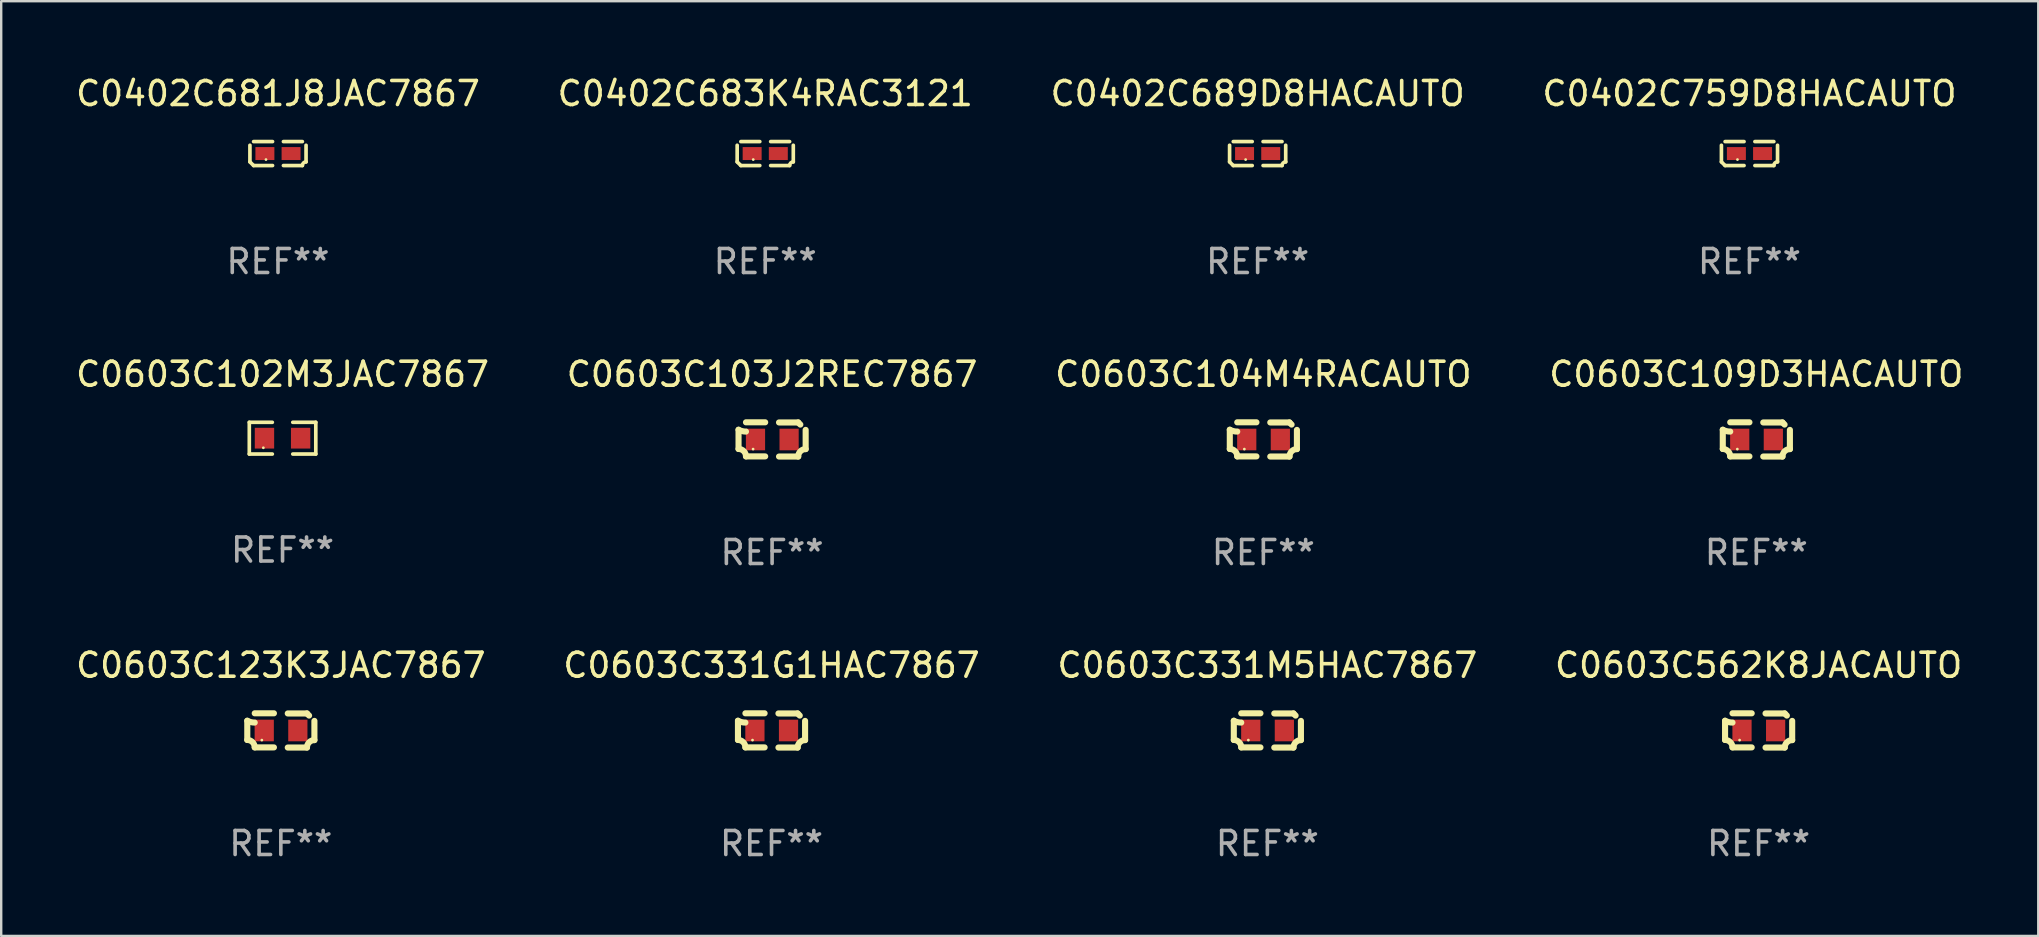
<source format=kicad_pcb>
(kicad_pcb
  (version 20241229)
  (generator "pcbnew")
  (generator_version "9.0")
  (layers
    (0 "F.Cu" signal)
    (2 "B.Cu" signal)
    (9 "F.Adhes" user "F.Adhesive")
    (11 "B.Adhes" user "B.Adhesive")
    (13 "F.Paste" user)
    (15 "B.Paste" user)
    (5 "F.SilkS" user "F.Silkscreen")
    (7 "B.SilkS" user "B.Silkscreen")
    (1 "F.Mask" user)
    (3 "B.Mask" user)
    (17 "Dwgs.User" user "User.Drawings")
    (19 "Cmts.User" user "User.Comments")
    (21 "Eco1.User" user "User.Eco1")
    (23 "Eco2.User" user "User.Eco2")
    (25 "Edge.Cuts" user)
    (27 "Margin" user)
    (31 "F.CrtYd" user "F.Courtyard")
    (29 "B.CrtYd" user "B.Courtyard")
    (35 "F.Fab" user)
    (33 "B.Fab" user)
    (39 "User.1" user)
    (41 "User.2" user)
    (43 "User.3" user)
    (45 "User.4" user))
  (footprint "C0603C331M5HAC7867"
    (layer "F.Cu")
    (at 49.744 27.377)
    (property "Reference" "C0603C331M5HAC7867" (at 0 -2.713 0) (layer "F.SilkS") (effects (font (size 1 1) (thickness 0.15))))
    (attr through_hole)
    (fp_line (start -1.398 -0.403) (end -1.398 0.397) (stroke (width 0.254) (type solid)) (layer "F.SilkS"))
    (fp_line (start -0.288 -0.713) (end -1.088 -0.713) (stroke (width 0.254) (type solid)) (layer "F.SilkS"))
    (fp_line (start -0.288 0.707) (end -1.088 0.707) (stroke (width 0.254) (type solid)) (layer "F.SilkS"))
    (fp_line (start 0.288 -0.707) (end 1.088 -0.707) (stroke (width 0.254) (type solid)) (layer "F.SilkS"))
    (fp_line (start 0.288 0.713) (end 1.088 0.713) (stroke (width 0.254) (type solid)) (layer "F.SilkS"))
    (fp_line (start 1.398 -0.397) (end 1.398 0.403) (stroke (width 0.254) (type solid)) (layer "F.SilkS"))
    (fp_arc (start -1.397789 0.397066) (mid -1.178701 0.487826) (end -1.08796 0.706922) (stroke (width 0.254001) (type solid)) (layer "F.SilkS"))
    (fp_arc (start -1.08796 -0.327176) (mid -1.247436 -0.346384) (end -1.39779 -0.402908) (stroke (width 0.254001) (type solid)) (layer "F.SilkS"))
    (fp_arc (start 1.087909 0.712738) (mid 1.178656 0.493655) (end 1.397739 0.402908) (stroke (width 0.254001) (type solid)) (layer "F.SilkS"))
    (fp_arc (start 1.175925 -0.618926) (mid 1.131917 -0.662923) (end 1.08791 -0.706922) (stroke (width 0.254001) (type solid)) (layer "F.SilkS"))
    (fp_circle (center -0.792 0.403) (end -0.762 0.403) (stroke (width 0.06) (type solid)) (fill no) (layer "F.SilkS"))
    (fp_text user "REF**" (at 0 4.713 0) (layer "F.Fab") (effects (font (size 1 1) (thickness 0.15))))
    (pad "1" smd rect (at -0.692 0.003) (size 0.8 0.9) (layers "F.Cu" "F.Mask" "F.Paste"))
    (pad "2" smd rect (at 0.708 0.003) (size 0.8 0.9) (layers "F.Cu" "F.Mask" "F.Paste")))
  (footprint "C0603C103J2REC7867"
    (layer "F.Cu")
    (at 29.113 15.255)
    (property "Reference" "C0603C103J2REC7867" (at 0 -2.713 0) (layer "F.SilkS") (effects (font (size 1 1) (thickness 0.15))))
    (attr through_hole)
    (fp_line (start -1.398 -0.403) (end -1.398 0.397) (stroke (width 0.254) (type solid)) (layer "F.SilkS"))
    (fp_line (start -0.288 -0.713) (end -1.088 -0.713) (stroke (width 0.254) (type solid)) (layer "F.SilkS"))
    (fp_line (start -0.288 0.707) (end -1.088 0.707) (stroke (width 0.254) (type solid)) (layer "F.SilkS"))
    (fp_line (start 0.288 -0.707) (end 1.088 -0.707) (stroke (width 0.254) (type solid)) (layer "F.SilkS"))
    (fp_line (start 0.288 0.713) (end 1.088 0.713) (stroke (width 0.254) (type solid)) (layer "F.SilkS"))
    (fp_line (start 1.398 -0.397) (end 1.398 0.403) (stroke (width 0.254) (type solid)) (layer "F.SilkS"))
    (fp_arc (start -1.397789 0.397066) (mid -1.178701 0.487826) (end -1.08796 0.706922) (stroke (width 0.254001) (type solid)) (layer "F.SilkS"))
    (fp_arc (start -1.08796 -0.327176) (mid -1.247436 -0.346384) (end -1.39779 -0.402908) (stroke (width 0.254001) (type solid)) (layer "F.SilkS"))
    (fp_arc (start 1.087909 0.712738) (mid 1.178656 0.493655) (end 1.397739 0.402908) (stroke (width 0.254001) (type solid)) (layer "F.SilkS"))
    (fp_arc (start 1.175925 -0.618926) (mid 1.131917 -0.662923) (end 1.08791 -0.706922) (stroke (width 0.254001) (type solid)) (layer "F.SilkS"))
    (fp_circle (center -0.792 0.403) (end -0.762 0.403) (stroke (width 0.06) (type solid)) (fill no) (layer "F.SilkS"))
    (fp_text user "REF**" (at 0 4.713 0) (layer "F.Fab") (effects (font (size 1 1) (thickness 0.15))))
    (pad "1" smd rect (at -0.692 0.003) (size 0.8 0.9) (layers "F.Cu" "F.Mask" "F.Paste"))
    (pad "2" smd rect (at 0.708 0.003) (size 0.8 0.9) (layers "F.Cu" "F.Mask" "F.Paste")))
  (footprint "C0603C104M4RACAUTO"
    (layer "F.Cu")
    (at 49.577 15.255)
    (property "Reference" "C0603C104M4RACAUTO" (at 0 -2.713 0) (layer "F.SilkS") (effects (font (size 1 1) (thickness 0.15))))
    (attr through_hole)
    (fp_line (start -1.398 -0.403) (end -1.398 0.397) (stroke (width 0.254) (type solid)) (layer "F.SilkS"))
    (fp_line (start -0.288 -0.713) (end -1.088 -0.713) (stroke (width 0.254) (type solid)) (layer "F.SilkS"))
    (fp_line (start -0.288 0.707) (end -1.088 0.707) (stroke (width 0.254) (type solid)) (layer "F.SilkS"))
    (fp_line (start 0.288 -0.707) (end 1.088 -0.707) (stroke (width 0.254) (type solid)) (layer "F.SilkS"))
    (fp_line (start 0.288 0.713) (end 1.088 0.713) (stroke (width 0.254) (type solid)) (layer "F.SilkS"))
    (fp_line (start 1.398 -0.397) (end 1.398 0.403) (stroke (width 0.254) (type solid)) (layer "F.SilkS"))
    (fp_arc (start -1.397789 0.397066) (mid -1.178701 0.487826) (end -1.08796 0.706922) (stroke (width 0.254001) (type solid)) (layer "F.SilkS"))
    (fp_arc (start -1.08796 -0.327176) (mid -1.247436 -0.346384) (end -1.39779 -0.402908) (stroke (width 0.254001) (type solid)) (layer "F.SilkS"))
    (fp_arc (start 1.087909 0.712738) (mid 1.178656 0.493655) (end 1.397739 0.402908) (stroke (width 0.254001) (type solid)) (layer "F.SilkS"))
    (fp_arc (start 1.175925 -0.618926) (mid 1.131917 -0.662923) (end 1.08791 -0.706922) (stroke (width 0.254001) (type solid)) (layer "F.SilkS"))
    (fp_circle (center -0.792 0.403) (end -0.762 0.403) (stroke (width 0.06) (type solid)) (fill no) (layer "F.SilkS"))
    (fp_text user "REF**" (at 0 4.713 0) (layer "F.Fab") (effects (font (size 1 1) (thickness 0.15))))
    (pad "1" smd rect (at -0.692 0.003) (size 0.8 0.9) (layers "F.Cu" "F.Mask" "F.Paste"))
    (pad "2" smd rect (at 0.708 0.003) (size 0.8 0.9) (layers "F.Cu" "F.Mask" "F.Paste")))
  (footprint "C0402C759D8HACAUTO"
    (layer "F.Cu")
    (at 69.827 3.347)
    (property "Reference" "C0402C759D8HACAUTO" (at 0 -2.499 0) (layer "F.SilkS") (effects (font (size 1 1) (thickness 0.15))))
    (attr through_hole)
    (fp_line (start -1.169 0.346) (end -1.169 -0.346) (stroke (width 0.152) (type solid)) (layer "F.SilkS"))
    (fp_line (start -1.016 -0.499) (end -0.226 -0.499) (stroke (width 0.152) (type solid)) (layer "F.SilkS"))
    (fp_line (start -0.226 0.499) (end -1.016 0.499) (stroke (width 0.152) (type solid)) (layer "F.SilkS"))
    (fp_line (start 0.226 0.499) (end 1.016 0.499) (stroke (width 0.152) (type solid)) (layer "F.SilkS"))
    (fp_line (start 1.016 -0.499) (end 0.226 -0.499) (stroke (width 0.152) (type solid)) (layer "F.SilkS"))
    (fp_line (start 1.169 0.346) (end 1.169 -0.346) (stroke (width 0.152) (type solid)) (layer "F.SilkS"))
    (fp_arc (start -1.016307 0.498603) (mid -1.092512 0.422405) (end -1.16871 0.3462) (stroke (width 0.1524) (type solid)) (layer "F.SilkS"))
    (fp_arc (start 1.016307 0.498603) (mid 1.060899 0.390758) (end 1.168707 0.346076) (stroke (width 0.1524) (type solid)) (layer "F.SilkS"))
    (fp_circle (center -0.5 0.25) (end -0.47 0.25) (stroke (width 0.06) (type solid)) (fill no) (layer "F.SilkS"))
    (fp_text user "REF**" (at 0 4.499 0) (layer "F.Fab") (effects (font (size 1 1) (thickness 0.15))))
    (pad "1" smd rect (at -0.545 0) (size 0.79 0.54) (layers "F.Cu" "F.Mask" "F.Paste"))
    (pad "2" smd rect (at 0.545 0) (size 0.79 0.54) (layers "F.Cu" "F.Mask" "F.Paste")))
  (footprint "C0402C681J8JAC7867"
    (layer "F.Cu")
    (at 8.53 3.347)
    (property "Reference" "C0402C681J8JAC7867" (at 0 -2.499 0) (layer "F.SilkS") (effects (font (size 1 1) (thickness 0.15))))
    (attr through_hole)
    (fp_line (start -1.169 0.346) (end -1.169 -0.346) (stroke (width 0.152) (type solid)) (layer "F.SilkS"))
    (fp_line (start -1.016 -0.499) (end -0.226 -0.499) (stroke (width 0.152) (type solid)) (layer "F.SilkS"))
    (fp_line (start -0.226 0.499) (end -1.016 0.499) (stroke (width 0.152) (type solid)) (layer "F.SilkS"))
    (fp_line (start 0.226 0.499) (end 1.016 0.499) (stroke (width 0.152) (type solid)) (layer "F.SilkS"))
    (fp_line (start 1.016 -0.499) (end 0.226 -0.499) (stroke (width 0.152) (type solid)) (layer "F.SilkS"))
    (fp_line (start 1.169 0.346) (end 1.169 -0.346) (stroke (width 0.152) (type solid)) (layer "F.SilkS"))
    (fp_arc (start -1.016307 0.498603) (mid -1.092512 0.422405) (end -1.16871 0.3462) (stroke (width 0.1524) (type solid)) (layer "F.SilkS"))
    (fp_arc (start 1.016307 0.498603) (mid 1.060899 0.390758) (end 1.168707 0.346076) (stroke (width 0.1524) (type solid)) (layer "F.SilkS"))
    (fp_circle (center -0.5 0.25) (end -0.47 0.25) (stroke (width 0.06) (type solid)) (fill no) (layer "F.SilkS"))
    (fp_text user "REF**" (at 0 4.499 0) (layer "F.Fab") (effects (font (size 1 1) (thickness 0.15))))
    (pad "1" smd rect (at -0.545 0) (size 0.79 0.54) (layers "F.Cu" "F.Mask" "F.Paste"))
    (pad "2" smd rect (at 0.545 0) (size 0.79 0.54) (layers "F.Cu" "F.Mask" "F.Paste")))
  (footprint "C0603C102M3JAC7867"
    (layer "F.Cu")
    (at 8.72 15.203)
    (property "Reference" "C0603C102M3JAC7867" (at 0 -2.661 0) (layer "F.SilkS") (effects (font (size 1 1) (thickness 0.15))))
    (attr through_hole)
    (fp_line (start -1.385 -0.661) (end -0.426 -0.661) (stroke (width 0.152) (type solid)) (layer "F.SilkS"))
    (fp_line (start -1.385 0.661) (end -1.385 -0.661) (stroke (width 0.152) (type solid)) (layer "F.SilkS"))
    (fp_line (start -0.426 0.661) (end -1.385 0.661) (stroke (width 0.152) (type solid)) (layer "F.SilkS"))
    (fp_line (start 0.426 0.661) (end 1.385 0.661) (stroke (width 0.152) (type solid)) (layer "F.SilkS"))
    (fp_line (start 1.385 -0.661) (end 0.426 -0.661) (stroke (width 0.152) (type solid)) (layer "F.SilkS"))
    (fp_line (start 1.385 0.661) (end 1.385 -0.661) (stroke (width 0.152) (type solid)) (layer "F.SilkS"))
    (fp_circle (center -0.8 0.4) (end -0.77 0.4) (stroke (width 0.06) (type solid)) (fill no) (layer "F.SilkS"))
    (fp_text user "REF**" (at 0 4.661 0) (layer "F.Fab") (effects (font (size 1 1) (thickness 0.15))))
    (pad "1" smd rect (at -0.753 0) (size 0.806 0.864) (layers "F.Cu" "F.Mask" "F.Paste"))
    (pad "2" smd rect (at 0.753 0) (size 0.806 0.864) (layers "F.Cu" "F.Mask" "F.Paste")))
  (footprint "C0603C123K3JAC7867"
    (layer "F.Cu")
    (at 8.649 27.377)
    (property "Reference" "C0603C123K3JAC7867" (at 0 -2.713 0) (layer "F.SilkS") (effects (font (size 1 1) (thickness 0.15))))
    (attr through_hole)
    (fp_line (start -1.398 -0.403) (end -1.398 0.397) (stroke (width 0.254) (type solid)) (layer "F.SilkS"))
    (fp_line (start -0.288 -0.713) (end -1.088 -0.713) (stroke (width 0.254) (type solid)) (layer "F.SilkS"))
    (fp_line (start -0.288 0.707) (end -1.088 0.707) (stroke (width 0.254) (type solid)) (layer "F.SilkS"))
    (fp_line (start 0.288 -0.707) (end 1.088 -0.707) (stroke (width 0.254) (type solid)) (layer "F.SilkS"))
    (fp_line (start 0.288 0.713) (end 1.088 0.713) (stroke (width 0.254) (type solid)) (layer "F.SilkS"))
    (fp_line (start 1.398 -0.397) (end 1.398 0.403) (stroke (width 0.254) (type solid)) (layer "F.SilkS"))
    (fp_arc (start -1.397789 0.397066) (mid -1.178701 0.487826) (end -1.08796 0.706922) (stroke (width 0.254001) (type solid)) (layer "F.SilkS"))
    (fp_arc (start -1.08796 -0.327176) (mid -1.247436 -0.346384) (end -1.39779 -0.402908) (stroke (width 0.254001) (type solid)) (layer "F.SilkS"))
    (fp_arc (start 1.087909 0.712738) (mid 1.178656 0.493655) (end 1.397739 0.402908) (stroke (width 0.254001) (type solid)) (layer "F.SilkS"))
    (fp_arc (start 1.175925 -0.618926) (mid 1.131917 -0.662923) (end 1.08791 -0.706922) (stroke (width 0.254001) (type solid)) (layer "F.SilkS"))
    (fp_circle (center -0.792 0.403) (end -0.762 0.403) (stroke (width 0.06) (type solid)) (fill no) (layer "F.SilkS"))
    (fp_text user "REF**" (at 0 4.713 0) (layer "F.Fab") (effects (font (size 1 1) (thickness 0.15))))
    (pad "1" smd rect (at -0.692 0.003) (size 0.8 0.9) (layers "F.Cu" "F.Mask" "F.Paste"))
    (pad "2" smd rect (at 0.708 0.003) (size 0.8 0.9) (layers "F.Cu" "F.Mask" "F.Paste")))
  (footprint "C0603C331G1HAC7867"
    (layer "F.Cu")
    (at 29.089 27.377)
    (property "Reference" "C0603C331G1HAC7867" (at 0 -2.713 0) (layer "F.SilkS") (effects (font (size 1 1) (thickness 0.15))))
    (attr through_hole)
    (fp_line (start -1.398 -0.403) (end -1.398 0.397) (stroke (width 0.254) (type solid)) (layer "F.SilkS"))
    (fp_line (start -0.288 -0.713) (end -1.088 -0.713) (stroke (width 0.254) (type solid)) (layer "F.SilkS"))
    (fp_line (start -0.288 0.707) (end -1.088 0.707) (stroke (width 0.254) (type solid)) (layer "F.SilkS"))
    (fp_line (start 0.288 -0.707) (end 1.088 -0.707) (stroke (width 0.254) (type solid)) (layer "F.SilkS"))
    (fp_line (start 0.288 0.713) (end 1.088 0.713) (stroke (width 0.254) (type solid)) (layer "F.SilkS"))
    (fp_line (start 1.398 -0.397) (end 1.398 0.403) (stroke (width 0.254) (type solid)) (layer "F.SilkS"))
    (fp_arc (start -1.397789 0.397066) (mid -1.178701 0.487826) (end -1.08796 0.706922) (stroke (width 0.254001) (type solid)) (layer "F.SilkS"))
    (fp_arc (start -1.08796 -0.327176) (mid -1.247436 -0.346384) (end -1.39779 -0.402908) (stroke (width 0.254001) (type solid)) (layer "F.SilkS"))
    (fp_arc (start 1.087909 0.712738) (mid 1.178656 0.493655) (end 1.397739 0.402908) (stroke (width 0.254001) (type solid)) (layer "F.SilkS"))
    (fp_arc (start 1.175925 -0.618926) (mid 1.131917 -0.662923) (end 1.08791 -0.706922) (stroke (width 0.254001) (type solid)) (layer "F.SilkS"))
    (fp_circle (center -0.792 0.403) (end -0.762 0.403) (stroke (width 0.06) (type solid)) (fill no) (layer "F.SilkS"))
    (fp_text user "REF**" (at 0 4.713 0) (layer "F.Fab") (effects (font (size 1 1) (thickness 0.15))))
    (pad "1" smd rect (at -0.692 0.003) (size 0.8 0.9) (layers "F.Cu" "F.Mask" "F.Paste"))
    (pad "2" smd rect (at 0.708 0.003) (size 0.8 0.9) (layers "F.Cu" "F.Mask" "F.Paste")))
  (footprint "C0603C109D3HACAUTO"
    (layer "F.Cu")
    (at 70.113 15.255)
    (property "Reference" "C0603C109D3HACAUTO" (at 0 -2.713 0) (layer "F.SilkS") (effects (font (size 1 1) (thickness 0.15))))
    (attr through_hole)
    (fp_line (start -1.398 -0.403) (end -1.398 0.397) (stroke (width 0.254) (type solid)) (layer "F.SilkS"))
    (fp_line (start -0.288 -0.713) (end -1.088 -0.713) (stroke (width 0.254) (type solid)) (layer "F.SilkS"))
    (fp_line (start -0.288 0.707) (end -1.088 0.707) (stroke (width 0.254) (type solid)) (layer "F.SilkS"))
    (fp_line (start 0.288 -0.707) (end 1.088 -0.707) (stroke (width 0.254) (type solid)) (layer "F.SilkS"))
    (fp_line (start 0.288 0.713) (end 1.088 0.713) (stroke (width 0.254) (type solid)) (layer "F.SilkS"))
    (fp_line (start 1.398 -0.397) (end 1.398 0.403) (stroke (width 0.254) (type solid)) (layer "F.SilkS"))
    (fp_arc (start -1.397789 0.397066) (mid -1.178701 0.487826) (end -1.08796 0.706922) (stroke (width 0.254001) (type solid)) (layer "F.SilkS"))
    (fp_arc (start -1.08796 -0.327176) (mid -1.247436 -0.346384) (end -1.39779 -0.402908) (stroke (width 0.254001) (type solid)) (layer "F.SilkS"))
    (fp_arc (start 1.087909 0.712738) (mid 1.178656 0.493655) (end 1.397739 0.402908) (stroke (width 0.254001) (type solid)) (layer "F.SilkS"))
    (fp_arc (start 1.175925 -0.618926) (mid 1.131917 -0.662923) (end 1.08791 -0.706922) (stroke (width 0.254001) (type solid)) (layer "F.SilkS"))
    (fp_circle (center -0.792 0.403) (end -0.762 0.403) (stroke (width 0.06) (type solid)) (fill no) (layer "F.SilkS"))
    (fp_text user "REF**" (at 0 4.713 0) (layer "F.Fab") (effects (font (size 1 1) (thickness 0.15))))
    (pad "1" smd rect (at -0.692 0.003) (size 0.8 0.9) (layers "F.Cu" "F.Mask" "F.Paste"))
    (pad "2" smd rect (at 0.708 0.003) (size 0.8 0.9) (layers "F.Cu" "F.Mask" "F.Paste")))
  (footprint "C0402C683K4RAC3121"
    (layer "F.Cu")
    (at 28.827 3.347)
    (property "Reference" "C0402C683K4RAC3121" (at 0 -2.499 0) (layer "F.SilkS") (effects (font (size 1 1) (thickness 0.15))))
    (attr through_hole)
    (fp_line (start -1.169 0.346) (end -1.169 -0.346) (stroke (width 0.152) (type solid)) (layer "F.SilkS"))
    (fp_line (start -1.016 -0.499) (end -0.226 -0.499) (stroke (width 0.152) (type solid)) (layer "F.SilkS"))
    (fp_line (start -0.226 0.499) (end -1.016 0.499) (stroke (width 0.152) (type solid)) (layer "F.SilkS"))
    (fp_line (start 0.226 0.499) (end 1.016 0.499) (stroke (width 0.152) (type solid)) (layer "F.SilkS"))
    (fp_line (start 1.016 -0.499) (end 0.226 -0.499) (stroke (width 0.152) (type solid)) (layer "F.SilkS"))
    (fp_line (start 1.169 0.346) (end 1.169 -0.346) (stroke (width 0.152) (type solid)) (layer "F.SilkS"))
    (fp_arc (start -1.016307 0.498603) (mid -1.092512 0.422405) (end -1.16871 0.3462) (stroke (width 0.1524) (type solid)) (layer "F.SilkS"))
    (fp_arc (start 1.016307 0.498603) (mid 1.060899 0.390758) (end 1.168707 0.346076) (stroke (width 0.1524) (type solid)) (layer "F.SilkS"))
    (fp_circle (center -0.5 0.25) (end -0.47 0.25) (stroke (width 0.06) (type solid)) (fill no) (layer "F.SilkS"))
    (fp_text user "REF**" (at 0 4.499 0) (layer "F.Fab") (effects (font (size 1 1) (thickness 0.15))))
    (pad "1" smd rect (at -0.545 0) (size 0.79 0.54) (layers "F.Cu" "F.Mask" "F.Paste"))
    (pad "2" smd rect (at 0.545 0) (size 0.79 0.54) (layers "F.Cu" "F.Mask" "F.Paste")))
  (footprint "C0603C562K8JACAUTO"
    (layer "F.Cu")
    (at 70.208 27.377)
    (property "Reference" "C0603C562K8JACAUTO" (at 0 -2.713 0) (layer "F.SilkS") (effects (font (size 1 1) (thickness 0.15))))
    (attr through_hole)
    (fp_line (start -1.398 -0.403) (end -1.398 0.397) (stroke (width 0.254) (type solid)) (layer "F.SilkS"))
    (fp_line (start -0.288 -0.713) (end -1.088 -0.713) (stroke (width 0.254) (type solid)) (layer "F.SilkS"))
    (fp_line (start -0.288 0.707) (end -1.088 0.707) (stroke (width 0.254) (type solid)) (layer "F.SilkS"))
    (fp_line (start 0.288 -0.707) (end 1.088 -0.707) (stroke (width 0.254) (type solid)) (layer "F.SilkS"))
    (fp_line (start 0.288 0.713) (end 1.088 0.713) (stroke (width 0.254) (type solid)) (layer "F.SilkS"))
    (fp_line (start 1.398 -0.397) (end 1.398 0.403) (stroke (width 0.254) (type solid)) (layer "F.SilkS"))
    (fp_arc (start -1.397789 0.397066) (mid -1.178701 0.487826) (end -1.08796 0.706922) (stroke (width 0.254001) (type solid)) (layer "F.SilkS"))
    (fp_arc (start -1.08796 -0.327176) (mid -1.247436 -0.346384) (end -1.39779 -0.402908) (stroke (width 0.254001) (type solid)) (layer "F.SilkS"))
    (fp_arc (start 1.087909 0.712738) (mid 1.178656 0.493655) (end 1.397739 0.402908) (stroke (width 0.254001) (type solid)) (layer "F.SilkS"))
    (fp_arc (start 1.175925 -0.618926) (mid 1.131917 -0.662923) (end 1.08791 -0.706922) (stroke (width 0.254001) (type solid)) (layer "F.SilkS"))
    (fp_circle (center -0.792 0.403) (end -0.762 0.403) (stroke (width 0.06) (type solid)) (fill no) (layer "F.SilkS"))
    (fp_text user "REF**" (at 0 4.713 0) (layer "F.Fab") (effects (font (size 1 1) (thickness 0.15))))
    (pad "1" smd rect (at -0.692 0.003) (size 0.8 0.9) (layers "F.Cu" "F.Mask" "F.Paste"))
    (pad "2" smd rect (at 0.708 0.003) (size 0.8 0.9) (layers "F.Cu" "F.Mask" "F.Paste")))
  (footprint "C0402C689D8HACAUTO"
    (layer "F.Cu")
    (at 49.339 3.347)
    (property "Reference" "C0402C689D8HACAUTO" (at 0 -2.499 0) (layer "F.SilkS") (effects (font (size 1 1) (thickness 0.15))))
    (attr through_hole)
    (fp_line (start -1.169 0.346) (end -1.169 -0.346) (stroke (width 0.152) (type solid)) (layer "F.SilkS"))
    (fp_line (start -1.016 -0.499) (end -0.226 -0.499) (stroke (width 0.152) (type solid)) (layer "F.SilkS"))
    (fp_line (start -0.226 0.499) (end -1.016 0.499) (stroke (width 0.152) (type solid)) (layer "F.SilkS"))
    (fp_line (start 0.226 0.499) (end 1.016 0.499) (stroke (width 0.152) (type solid)) (layer "F.SilkS"))
    (fp_line (start 1.016 -0.499) (end 0.226 -0.499) (stroke (width 0.152) (type solid)) (layer "F.SilkS"))
    (fp_line (start 1.169 0.346) (end 1.169 -0.346) (stroke (width 0.152) (type solid)) (layer "F.SilkS"))
    (fp_arc (start -1.016307 0.498603) (mid -1.092512 0.422405) (end -1.16871 0.3462) (stroke (width 0.1524) (type solid)) (layer "F.SilkS"))
    (fp_arc (start 1.016307 0.498603) (mid 1.060899 0.390758) (end 1.168707 0.346076) (stroke (width 0.1524) (type solid)) (layer "F.SilkS"))
    (fp_circle (center -0.5 0.25) (end -0.47 0.25) (stroke (width 0.06) (type solid)) (fill no) (layer "F.SilkS"))
    (fp_text user "REF**" (at 0 4.499 0) (layer "F.Fab") (effects (font (size 1 1) (thickness 0.15))))
    (pad "1" smd rect (at -0.545 0) (size 0.79 0.54) (layers "F.Cu" "F.Mask" "F.Paste"))
    (pad "2" smd rect (at 0.545 0) (size 0.79 0.54) (layers "F.Cu" "F.Mask" "F.Paste")))
  (gr_rect
    (start -3 -3)
    (end 81.857 35.938)
    (stroke (width 0.1) (type default))
    (fill no)
    (layer "Edge.Cuts")))
</source>
